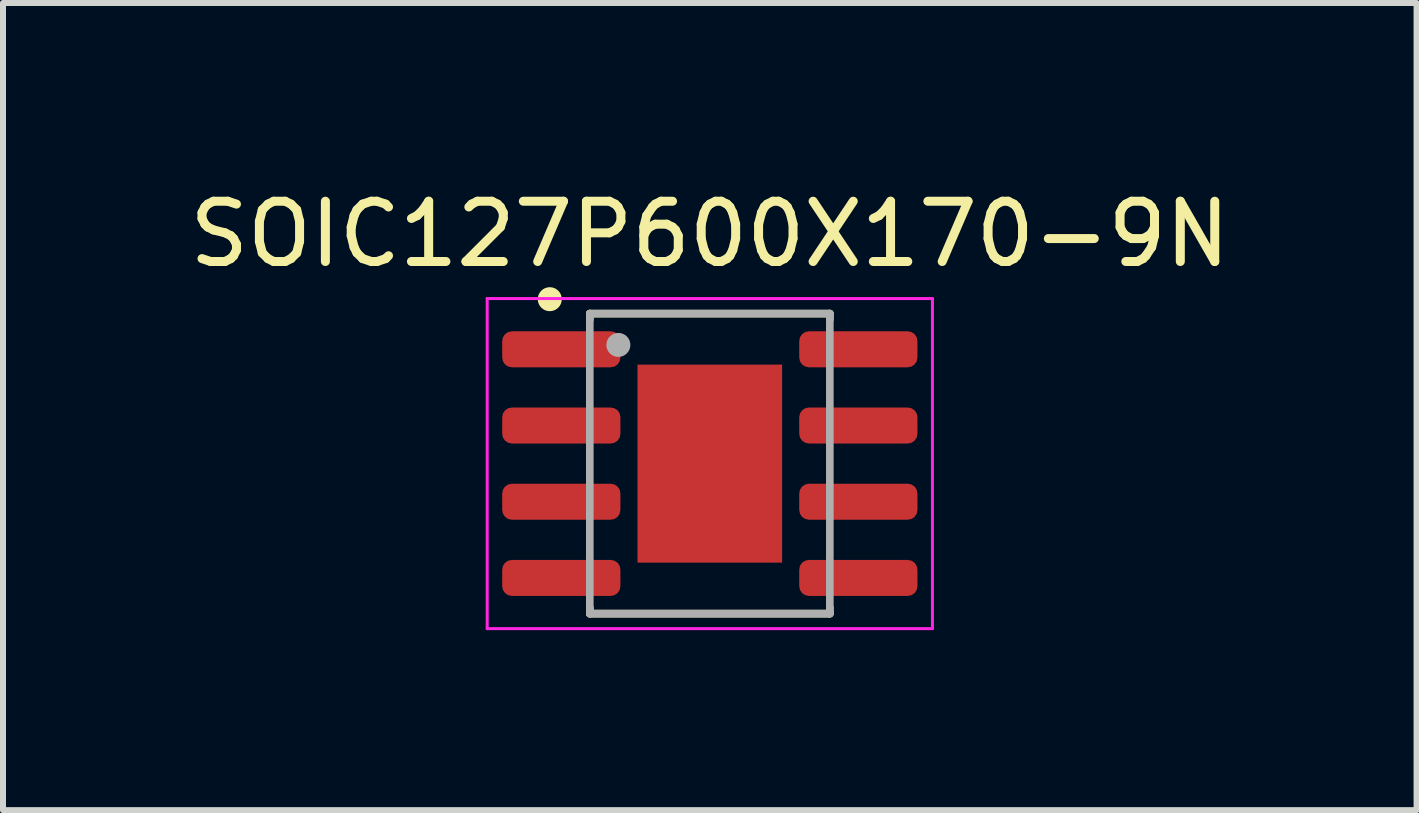
<source format=kicad_pcb>
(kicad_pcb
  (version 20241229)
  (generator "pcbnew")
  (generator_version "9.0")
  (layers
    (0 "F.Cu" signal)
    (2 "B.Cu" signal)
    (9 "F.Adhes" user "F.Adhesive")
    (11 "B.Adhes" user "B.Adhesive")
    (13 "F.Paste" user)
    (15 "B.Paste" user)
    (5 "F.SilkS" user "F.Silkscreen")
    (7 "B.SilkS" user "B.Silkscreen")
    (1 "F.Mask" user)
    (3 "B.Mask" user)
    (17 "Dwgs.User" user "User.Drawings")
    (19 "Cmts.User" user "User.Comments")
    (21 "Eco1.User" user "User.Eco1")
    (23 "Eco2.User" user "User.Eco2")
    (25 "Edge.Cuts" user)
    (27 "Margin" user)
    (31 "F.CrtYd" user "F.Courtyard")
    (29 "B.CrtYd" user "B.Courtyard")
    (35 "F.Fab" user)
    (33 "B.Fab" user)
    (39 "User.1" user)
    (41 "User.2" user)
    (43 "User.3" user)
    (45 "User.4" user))
  (footprint "SOIC127P600X170-9N"
    (layer "F.Cu")
    (at 8.779 4.676)
    (property "Reference" "SOIC127P600X170-9N" (at 0.00002 -3.825 0) (layer "F.SilkS") (effects (font (size 1.004 1.004) (thickness 0.15))))
    (attr smd)
    (fp_line (start -2 -2.5) (end -2 -2.4) (stroke (width 0.127) (type solid)) (layer "F.SilkS"))
    (fp_line (start -2 -2.5) (end 2 -2.5) (stroke (width 0.127) (type solid)) (layer "F.SilkS"))
    (fp_line (start -2 2.4) (end -2 2.5) (stroke (width 0.127) (type solid)) (layer "F.SilkS"))
    (fp_line (start -2 2.5) (end 2 2.5) (stroke (width 0.127) (type solid)) (layer "F.SilkS"))
    (fp_line (start 2 -2.5) (end 2 -2.4) (stroke (width 0.127) (type solid)) (layer "F.SilkS"))
    (fp_line (start 2 2.4) (end 2 2.5) (stroke (width 0.127) (type solid)) (layer "F.SilkS"))
    (fp_circle (center -2.667 -2.74) (end -2.567 -2.74) (stroke (width 0.2) (type solid)) (fill no) (layer "F.SilkS"))
    (fp_poly (pts (xy -0.937 0.135) (xy -0.135 0.135) (xy -0.135 1.378) (xy -0.937 1.378)) (stroke (width 0.01) (type solid)) (fill yes) (layer "F.Paste"))
    (fp_poly (pts (xy -0.937 -1.375) (xy -0.135 -1.375) (xy -0.135 -0.135) (xy -0.937 -0.135)) (stroke (width 0.01) (type solid)) (fill yes) (layer "F.Paste"))
    (fp_poly (pts (xy 0.135 0.135) (xy 0.935 0.135) (xy 0.935 1.377) (xy 0.135 1.377)) (stroke (width 0.01) (type solid)) (fill yes) (layer "F.Paste"))
    (fp_poly (pts (xy 0.135 -1.375) (xy 0.935 -1.375) (xy 0.935 -0.135) (xy 0.135 -0.135)) (stroke (width 0.01) (type solid)) (fill yes) (layer "F.Paste"))
    (fp_line (start -3.71 -2.75) (end 3.71 -2.75) (stroke (width 0.05) (type solid)) (layer "F.CrtYd"))
    (fp_line (start -3.71 2.75) (end -3.71 -2.75) (stroke (width 0.05) (type solid)) (layer "F.CrtYd"))
    (fp_line (start 3.71 -2.75) (end 3.71 2.75) (stroke (width 0.05) (type solid)) (layer "F.CrtYd"))
    (fp_line (start 3.71 2.75) (end -3.71 2.75) (stroke (width 0.05) (type solid)) (layer "F.CrtYd"))
    (fp_line (start -2 -2.5) (end 2 -2.5) (stroke (width 0.127) (type solid)) (layer "F.Fab"))
    (fp_line (start -2 2.5) (end -2 -2.5) (stroke (width 0.127) (type solid)) (layer "F.Fab"))
    (fp_line (start 2 -2.5) (end 2 2.5) (stroke (width 0.127) (type solid)) (layer "F.Fab"))
    (fp_line (start 2 2.5) (end -2 2.5) (stroke (width 0.127) (type solid)) (layer "F.Fab"))
    (fp_circle (center -1.524 -1.978) (end -1.424 -1.978) (stroke (width 0.2) (type solid)) (fill no) (layer "F.Fab"))
    (pad "1" smd roundrect (at -2.475 -1.905) (size 1.97 0.6) (layers "F.Cu" "F.Mask" "F.Paste") (roundrect_rratio 0.27))
    (pad "2" smd roundrect (at -2.475 -0.635) (size 1.97 0.6) (layers "F.Cu" "F.Mask" "F.Paste") (roundrect_rratio 0.27))
    (pad "3" smd roundrect (at -2.475 0.635) (size 1.97 0.6) (layers "F.Cu" "F.Mask" "F.Paste") (roundrect_rratio 0.27))
    (pad "4" smd roundrect (at -2.475 1.905) (size 1.97 0.6) (layers "F.Cu" "F.Mask" "F.Paste") (roundrect_rratio 0.27))
    (pad "5" smd roundrect (at 2.475 1.905) (size 1.97 0.6) (layers "F.Cu" "F.Mask" "F.Paste") (roundrect_rratio 0.27))
    (pad "6" smd roundrect (at 2.475 0.635) (size 1.97 0.6) (layers "F.Cu" "F.Mask" "F.Paste") (roundrect_rratio 0.27))
    (pad "7" smd roundrect (at 2.475 -0.635) (size 1.97 0.6) (layers "F.Cu" "F.Mask" "F.Paste") (roundrect_rratio 0.27))
    (pad "8" smd roundrect (at 2.475 -1.905) (size 1.97 0.6) (layers "F.Cu" "F.Mask" "F.Paste") (roundrect_rratio 0.27))
    (pad "9" smd rect (at 0 0) (size 2.41 3.3) (layers "F.Cu" "F.Mask")))
  (gr_rect
    (start -3 -3)
    (end 20.557 10.451)
    (stroke (width 0.1) (type default))
    (fill no)
    (layer "Edge.Cuts")))
</source>
